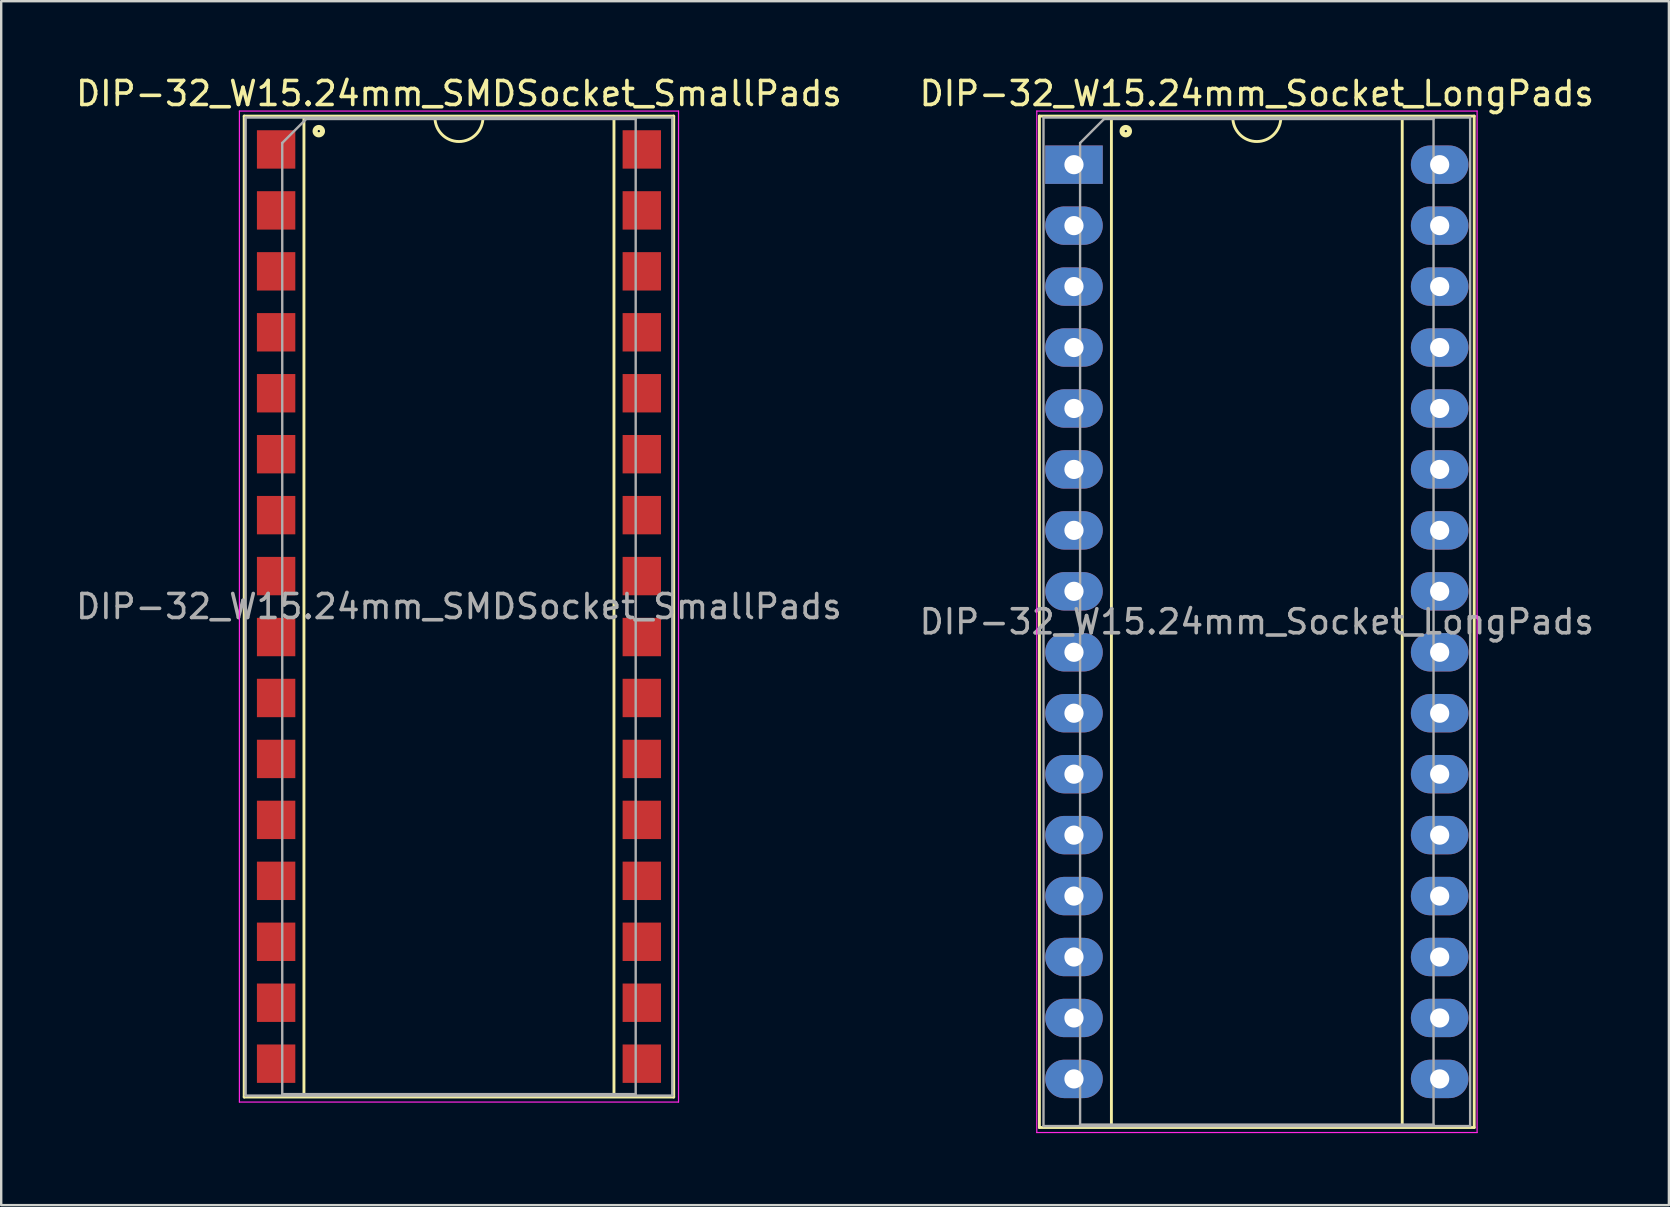
<source format=kicad_pcb>
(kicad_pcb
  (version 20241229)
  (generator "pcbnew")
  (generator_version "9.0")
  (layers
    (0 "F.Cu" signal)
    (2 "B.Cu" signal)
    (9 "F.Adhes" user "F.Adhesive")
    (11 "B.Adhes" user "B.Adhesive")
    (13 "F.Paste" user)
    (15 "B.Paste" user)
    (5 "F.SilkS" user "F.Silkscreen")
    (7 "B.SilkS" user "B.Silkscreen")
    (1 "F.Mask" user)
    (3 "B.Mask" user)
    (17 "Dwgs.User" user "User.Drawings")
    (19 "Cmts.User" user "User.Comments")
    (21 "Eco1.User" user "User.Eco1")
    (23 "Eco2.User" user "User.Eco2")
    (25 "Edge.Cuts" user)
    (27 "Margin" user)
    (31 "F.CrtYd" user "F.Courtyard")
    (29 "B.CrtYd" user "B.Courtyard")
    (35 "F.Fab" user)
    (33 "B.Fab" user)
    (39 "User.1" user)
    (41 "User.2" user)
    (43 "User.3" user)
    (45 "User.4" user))
  (footprint "DIP-32_W15.24mm_SMDSocket_SmallPads"
    (layer "F.Cu")
    (at 16.077 22.228)
    (property "Reference" "DIP-32_W15.24mm_SMDSocket_SmallPads" (at 0 -21.38 0) (layer "F.SilkS") (effects (font (size 1 1) (thickness 0.15))))
    (attr smd)
    (fp_line (start -8.95 -20.44) (end -8.95 20.44) (stroke (width 0.12) (type solid)) (layer "F.SilkS"))
    (fp_line (start -8.95 20.44) (end 8.95 20.44) (stroke (width 0.12) (type solid)) (layer "F.SilkS"))
    (fp_line (start -6.46 -20.38) (end -6.46 20.38) (stroke (width 0.12) (type solid)) (layer "F.SilkS"))
    (fp_line (start -6.46 20.38) (end 6.46 20.38) (stroke (width 0.12) (type solid)) (layer "F.SilkS"))
    (fp_line (start -1 -20.38) (end -6.46 -20.38) (stroke (width 0.12) (type solid)) (layer "F.SilkS"))
    (fp_line (start 6.46 -20.38) (end 1 -20.38) (stroke (width 0.12) (type solid)) (layer "F.SilkS"))
    (fp_line (start 6.46 20.38) (end 6.46 -20.38) (stroke (width 0.12) (type solid)) (layer "F.SilkS"))
    (fp_line (start 8.95 -20.44) (end -8.95 -20.44) (stroke (width 0.12) (type solid)) (layer "F.SilkS"))
    (fp_line (start 8.95 20.44) (end 8.95 -20.44) (stroke (width 0.12) (type solid)) (layer "F.SilkS"))
    (fp_arc (start 1 -20.38) (mid 0 -19.38) (end -1 -20.38) (stroke (width 0.12) (type solid)) (layer "F.SilkS"))
    (fp_circle (center -5.842 -19.812) (end -5.792 -19.812) (stroke (width 0.12) (type solid)) (fill no) (layer "F.SilkS"))
    (fp_circle (center -5.842 -19.812) (end -5.717 -19.812) (stroke (width 0.12) (type solid)) (fill no) (layer "F.SilkS"))
    (fp_circle (center -5.842 -19.812) (end -5.642 -19.812) (stroke (width 0.12) (type solid)) (fill no) (layer "F.SilkS"))
    (fp_line (start -9.15 -20.65) (end -9.15 20.65) (stroke (width 0.05) (type solid)) (layer "F.CrtYd"))
    (fp_line (start -9.15 20.65) (end 9.15 20.65) (stroke (width 0.05) (type solid)) (layer "F.CrtYd"))
    (fp_line (start 9.15 -20.65) (end -9.15 -20.65) (stroke (width 0.05) (type solid)) (layer "F.CrtYd"))
    (fp_line (start 9.15 20.65) (end 9.15 -20.65) (stroke (width 0.05) (type solid)) (layer "F.CrtYd"))
    (fp_line (start -8.89 -20.38) (end -8.89 20.38) (stroke (width 0.1) (type solid)) (layer "F.Fab"))
    (fp_line (start -8.89 20.38) (end 8.89 20.38) (stroke (width 0.1) (type solid)) (layer "F.Fab"))
    (fp_line (start -7.365 -19.32) (end -6.365 -20.32) (stroke (width 0.1) (type solid)) (layer "F.Fab"))
    (fp_line (start -7.365 20.32) (end -7.365 -19.32) (stroke (width 0.1) (type solid)) (layer "F.Fab"))
    (fp_line (start -6.365 -20.32) (end 7.365 -20.32) (stroke (width 0.1) (type solid)) (layer "F.Fab"))
    (fp_line (start 7.365 -20.32) (end 7.365 20.32) (stroke (width 0.1) (type solid)) (layer "F.Fab"))
    (fp_line (start 7.365 20.32) (end -7.365 20.32) (stroke (width 0.1) (type solid)) (layer "F.Fab"))
    (fp_line (start 8.89 -20.38) (end -8.89 -20.38) (stroke (width 0.1) (type solid)) (layer "F.Fab"))
    (fp_line (start 8.89 20.38) (end 8.89 -20.38) (stroke (width 0.1) (type solid)) (layer "F.Fab"))
    (fp_text user "${REFERENCE}" (at 0 0 0) (layer "F.Fab") (effects (font (size 1 1) (thickness 0.15))))
    (pad "1" smd rect (at -7.62 -19.05) (size 1.6 1.6) (layers "F.Cu" "F.Mask" "F.Paste"))
    (pad "2" smd rect (at -7.62 -16.51) (size 1.6 1.6) (layers "F.Cu" "F.Mask" "F.Paste"))
    (pad "3" smd rect (at -7.62 -13.97) (size 1.6 1.6) (layers "F.Cu" "F.Mask" "F.Paste"))
    (pad "4" smd rect (at -7.62 -11.43) (size 1.6 1.6) (layers "F.Cu" "F.Mask" "F.Paste"))
    (pad "5" smd rect (at -7.62 -8.89) (size 1.6 1.6) (layers "F.Cu" "F.Mask" "F.Paste"))
    (pad "6" smd rect (at -7.62 -6.35) (size 1.6 1.6) (layers "F.Cu" "F.Mask" "F.Paste"))
    (pad "7" smd rect (at -7.62 -3.81) (size 1.6 1.6) (layers "F.Cu" "F.Mask" "F.Paste"))
    (pad "8" smd rect (at -7.62 -1.27) (size 1.6 1.6) (layers "F.Cu" "F.Mask" "F.Paste"))
    (pad "9" smd rect (at -7.62 1.27) (size 1.6 1.6) (layers "F.Cu" "F.Mask" "F.Paste"))
    (pad "10" smd rect (at -7.62 3.81) (size 1.6 1.6) (layers "F.Cu" "F.Mask" "F.Paste"))
    (pad "11" smd rect (at -7.62 6.35) (size 1.6 1.6) (layers "F.Cu" "F.Mask" "F.Paste"))
    (pad "12" smd rect (at -7.62 8.89) (size 1.6 1.6) (layers "F.Cu" "F.Mask" "F.Paste"))
    (pad "13" smd rect (at -7.62 11.43) (size 1.6 1.6) (layers "F.Cu" "F.Mask" "F.Paste"))
    (pad "14" smd rect (at -7.62 13.97) (size 1.6 1.6) (layers "F.Cu" "F.Mask" "F.Paste"))
    (pad "15" smd rect (at -7.62 16.51) (size 1.6 1.6) (layers "F.Cu" "F.Mask" "F.Paste"))
    (pad "16" smd rect (at -7.62 19.05) (size 1.6 1.6) (layers "F.Cu" "F.Mask" "F.Paste"))
    (pad "17" smd rect (at 7.62 19.05) (size 1.6 1.6) (layers "F.Cu" "F.Mask" "F.Paste"))
    (pad "18" smd rect (at 7.62 16.51) (size 1.6 1.6) (layers "F.Cu" "F.Mask" "F.Paste"))
    (pad "19" smd rect (at 7.62 13.97) (size 1.6 1.6) (layers "F.Cu" "F.Mask" "F.Paste"))
    (pad "20" smd rect (at 7.62 11.43) (size 1.6 1.6) (layers "F.Cu" "F.Mask" "F.Paste"))
    (pad "21" smd rect (at 7.62 8.89) (size 1.6 1.6) (layers "F.Cu" "F.Mask" "F.Paste"))
    (pad "22" smd rect (at 7.62 6.35) (size 1.6 1.6) (layers "F.Cu" "F.Mask" "F.Paste"))
    (pad "23" smd rect (at 7.62 3.81) (size 1.6 1.6) (layers "F.Cu" "F.Mask" "F.Paste"))
    (pad "24" smd rect (at 7.62 1.27) (size 1.6 1.6) (layers "F.Cu" "F.Mask" "F.Paste"))
    (pad "25" smd rect (at 7.62 -1.27) (size 1.6 1.6) (layers "F.Cu" "F.Mask" "F.Paste"))
    (pad "26" smd rect (at 7.62 -3.81) (size 1.6 1.6) (layers "F.Cu" "F.Mask" "F.Paste"))
    (pad "27" smd rect (at 7.62 -6.35) (size 1.6 1.6) (layers "F.Cu" "F.Mask" "F.Paste"))
    (pad "28" smd rect (at 7.62 -8.89) (size 1.6 1.6) (layers "F.Cu" "F.Mask" "F.Paste"))
    (pad "29" smd rect (at 7.62 -11.43) (size 1.6 1.6) (layers "F.Cu" "F.Mask" "F.Paste"))
    (pad "30" smd rect (at 7.62 -13.97) (size 1.6 1.6) (layers "F.Cu" "F.Mask" "F.Paste"))
    (pad "31" smd rect (at 7.62 -16.51) (size 1.6 1.6) (layers "F.Cu" "F.Mask" "F.Paste"))
    (pad "32" smd rect (at 7.62 -19.05) (size 1.6 1.6) (layers "F.Cu" "F.Mask" "F.Paste")))
  (footprint "DIP-32_W15.24mm_Socket_LongPads"
    (layer "F.Cu")
    (at 41.707 3.813)
    (property "Reference" "DIP-32_W15.24mm_Socket_LongPads" (at 7.62 -2.965 0) (layer "F.SilkS") (effects (font (size 1 1) (thickness 0.15))))
    (attr through_hole)
    (fp_line (start -1.44 -2.025) (end -1.44 40.125) (stroke (width 0.12) (type solid)) (layer "F.SilkS"))
    (fp_line (start -1.44 40.125) (end 16.68 40.125) (stroke (width 0.12) (type solid)) (layer "F.SilkS"))
    (fp_line (start 1.56 -1.965) (end 1.56 40.065) (stroke (width 0.12) (type solid)) (layer "F.SilkS"))
    (fp_line (start 1.56 40.065) (end 13.68 40.065) (stroke (width 0.12) (type solid)) (layer "F.SilkS"))
    (fp_line (start 6.62 -1.965) (end 1.56 -1.965) (stroke (width 0.12) (type solid)) (layer "F.SilkS"))
    (fp_line (start 13.68 -1.965) (end 8.62 -1.965) (stroke (width 0.12) (type solid)) (layer "F.SilkS"))
    (fp_line (start 13.68 40.065) (end 13.68 -1.965) (stroke (width 0.12) (type solid)) (layer "F.SilkS"))
    (fp_line (start 16.68 -2.025) (end -1.44 -2.025) (stroke (width 0.12) (type solid)) (layer "F.SilkS"))
    (fp_line (start 16.68 40.125) (end 16.68 -2.025) (stroke (width 0.12) (type solid)) (layer "F.SilkS"))
    (fp_arc (start 8.62 -1.965) (mid 7.62 -0.965) (end 6.62 -1.965) (stroke (width 0.12) (type solid)) (layer "F.SilkS"))
    (fp_circle (center 2.159 -1.397) (end 2.209 -1.397) (stroke (width 0.12) (type solid)) (fill no) (layer "F.SilkS"))
    (fp_circle (center 2.159 -1.397) (end 2.284 -1.397) (stroke (width 0.12) (type solid)) (fill no) (layer "F.SilkS"))
    (fp_circle (center 2.159 -1.397) (end 2.359 -1.397) (stroke (width 0.12) (type solid)) (fill no) (layer "F.SilkS"))
    (fp_line (start -1.55 -2.235) (end -1.55 40.335) (stroke (width 0.05) (type solid)) (layer "F.CrtYd"))
    (fp_line (start -1.55 40.335) (end 16.8 40.335) (stroke (width 0.05) (type solid)) (layer "F.CrtYd"))
    (fp_line (start 16.8 -2.235) (end -1.55 -2.235) (stroke (width 0.05) (type solid)) (layer "F.CrtYd"))
    (fp_line (start 16.8 40.335) (end 16.8 -2.235) (stroke (width 0.05) (type solid)) (layer "F.CrtYd"))
    (fp_line (start -1.27 -1.965) (end -1.27 40.065) (stroke (width 0.1) (type solid)) (layer "F.Fab"))
    (fp_line (start -1.27 40.065) (end 16.51 40.065) (stroke (width 0.1) (type solid)) (layer "F.Fab"))
    (fp_line (start 0.255 -0.905) (end 1.255 -1.905) (stroke (width 0.1) (type solid)) (layer "F.Fab"))
    (fp_line (start 0.255 40.005) (end 0.255 -0.905) (stroke (width 0.1) (type solid)) (layer "F.Fab"))
    (fp_line (start 1.255 -1.905) (end 14.985 -1.905) (stroke (width 0.1) (type solid)) (layer "F.Fab"))
    (fp_line (start 14.985 -1.905) (end 14.985 40.005) (stroke (width 0.1) (type solid)) (layer "F.Fab"))
    (fp_line (start 14.985 40.005) (end 0.255 40.005) (stroke (width 0.1) (type solid)) (layer "F.Fab"))
    (fp_line (start 16.51 -1.965) (end -1.27 -1.965) (stroke (width 0.1) (type solid)) (layer "F.Fab"))
    (fp_line (start 16.51 40.065) (end 16.51 -1.965) (stroke (width 0.1) (type solid)) (layer "F.Fab"))
    (fp_text user "${REFERENCE}" (at 7.62 19.05 0) (layer "F.Fab") (effects (font (size 1 1) (thickness 0.15))))
    (pad "1" thru_hole rect (at 0 0) (size 2.4 1.6) (drill 0.8) (layers "*.Cu" "*.Mask"))
    (pad "2" thru_hole oval (at 0 2.54) (size 2.4 1.6) (drill 0.8) (layers "*.Cu" "*.Mask"))
    (pad "3" thru_hole oval (at 0 5.08) (size 2.4 1.6) (drill 0.8) (layers "*.Cu" "*.Mask"))
    (pad "4" thru_hole oval (at 0 7.62) (size 2.4 1.6) (drill 0.8) (layers "*.Cu" "*.Mask"))
    (pad "5" thru_hole oval (at 0 10.16) (size 2.4 1.6) (drill 0.8) (layers "*.Cu" "*.Mask"))
    (pad "6" thru_hole oval (at 0 12.7) (size 2.4 1.6) (drill 0.8) (layers "*.Cu" "*.Mask"))
    (pad "7" thru_hole oval (at 0 15.24) (size 2.4 1.6) (drill 0.8) (layers "*.Cu" "*.Mask"))
    (pad "8" thru_hole oval (at 0 17.78) (size 2.4 1.6) (drill 0.8) (layers "*.Cu" "*.Mask"))
    (pad "9" thru_hole oval (at 0 20.32) (size 2.4 1.6) (drill 0.8) (layers "*.Cu" "*.Mask"))
    (pad "10" thru_hole oval (at 0 22.86) (size 2.4 1.6) (drill 0.8) (layers "*.Cu" "*.Mask"))
    (pad "11" thru_hole oval (at 0 25.4) (size 2.4 1.6) (drill 0.8) (layers "*.Cu" "*.Mask"))
    (pad "12" thru_hole oval (at 0 27.94) (size 2.4 1.6) (drill 0.8) (layers "*.Cu" "*.Mask"))
    (pad "13" thru_hole oval (at 0 30.48) (size 2.4 1.6) (drill 0.8) (layers "*.Cu" "*.Mask"))
    (pad "14" thru_hole oval (at 0 33.02) (size 2.4 1.6) (drill 0.8) (layers "*.Cu" "*.Mask"))
    (pad "15" thru_hole oval (at 0 35.56) (size 2.4 1.6) (drill 0.8) (layers "*.Cu" "*.Mask"))
    (pad "16" thru_hole oval (at 0 38.1) (size 2.4 1.6) (drill 0.8) (layers "*.Cu" "*.Mask"))
    (pad "17" thru_hole oval (at 15.24 38.1) (size 2.4 1.6) (drill 0.8) (layers "*.Cu" "*.Mask"))
    (pad "18" thru_hole oval (at 15.24 35.56) (size 2.4 1.6) (drill 0.8) (layers "*.Cu" "*.Mask"))
    (pad "19" thru_hole oval (at 15.24 33.02) (size 2.4 1.6) (drill 0.8) (layers "*.Cu" "*.Mask"))
    (pad "20" thru_hole oval (at 15.24 30.48) (size 2.4 1.6) (drill 0.8) (layers "*.Cu" "*.Mask"))
    (pad "21" thru_hole oval (at 15.24 27.94) (size 2.4 1.6) (drill 0.8) (layers "*.Cu" "*.Mask"))
    (pad "22" thru_hole oval (at 15.24 25.4) (size 2.4 1.6) (drill 0.8) (layers "*.Cu" "*.Mask"))
    (pad "23" thru_hole oval (at 15.24 22.86) (size 2.4 1.6) (drill 0.8) (layers "*.Cu" "*.Mask"))
    (pad "24" thru_hole oval (at 15.24 20.32) (size 2.4 1.6) (drill 0.8) (layers "*.Cu" "*.Mask"))
    (pad "25" thru_hole oval (at 15.24 17.78) (size 2.4 1.6) (drill 0.8) (layers "*.Cu" "*.Mask"))
    (pad "26" thru_hole oval (at 15.24 15.24) (size 2.4 1.6) (drill 0.8) (layers "*.Cu" "*.Mask"))
    (pad "27" thru_hole oval (at 15.24 12.7) (size 2.4 1.6) (drill 0.8) (layers "*.Cu" "*.Mask"))
    (pad "28" thru_hole oval (at 15.24 10.16) (size 2.4 1.6) (drill 0.8) (layers "*.Cu" "*.Mask"))
    (pad "29" thru_hole oval (at 15.24 7.62) (size 2.4 1.6) (drill 0.8) (layers "*.Cu" "*.Mask"))
    (pad "30" thru_hole oval (at 15.24 5.08) (size 2.4 1.6) (drill 0.8) (layers "*.Cu" "*.Mask"))
    (pad "31" thru_hole oval (at 15.24 2.54) (size 2.4 1.6) (drill 0.8) (layers "*.Cu" "*.Mask"))
    (pad "32" thru_hole oval (at 15.24 0) (size 2.4 1.6) (drill 0.8) (layers "*.Cu" "*.Mask")))
  (gr_rect
    (start -3 -3)
    (end 66.5 47.173)
    (stroke (width 0.1) (type default))
    (fill no)
    (layer "Edge.Cuts")))
</source>
